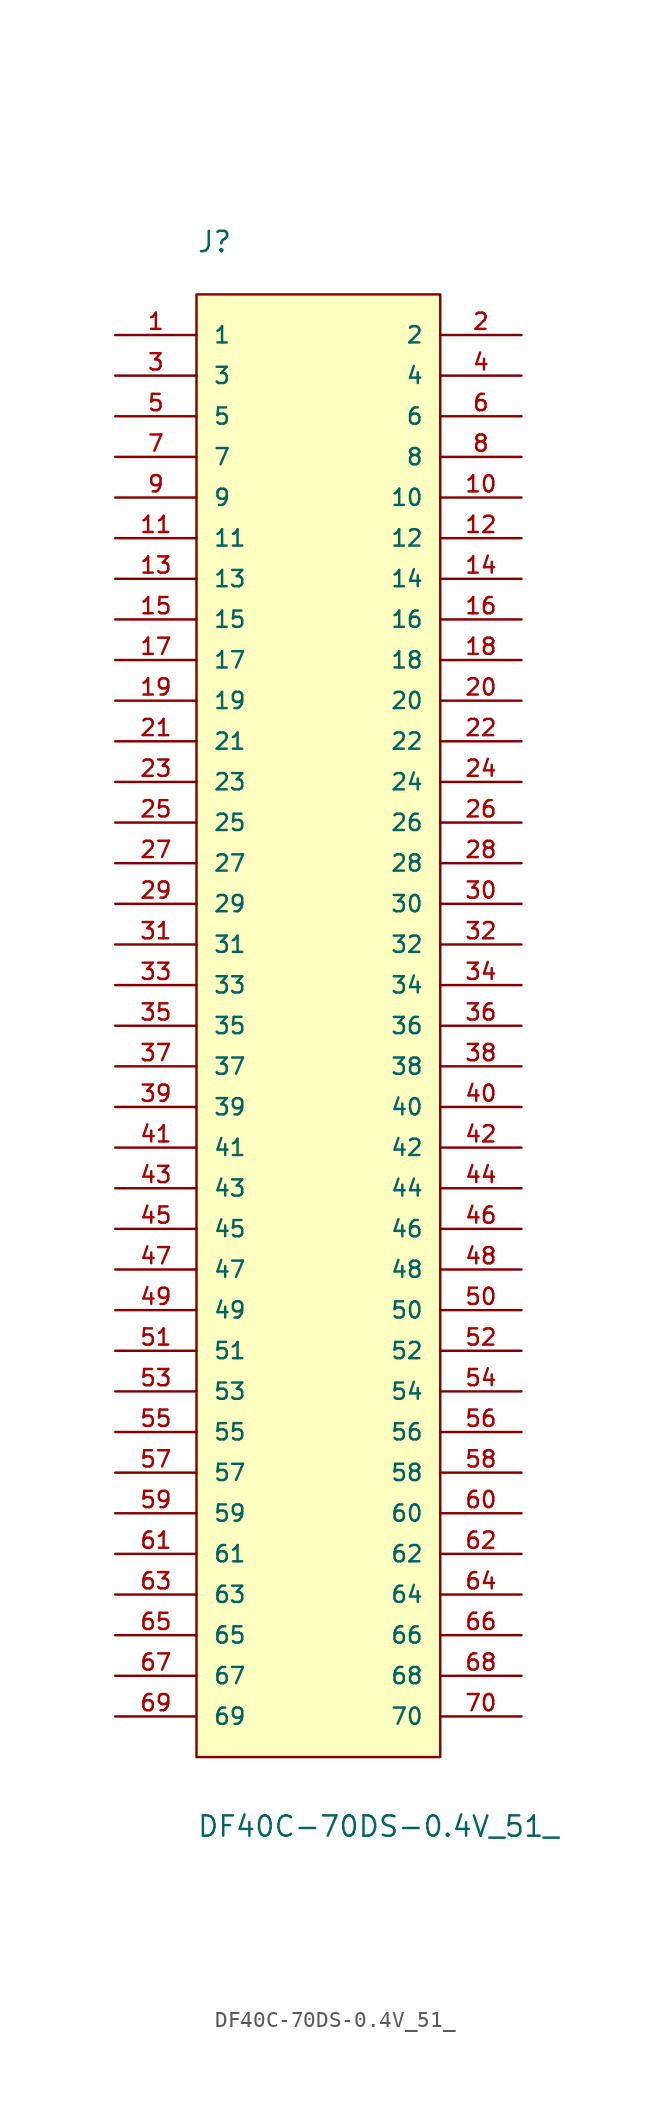
<source format=kicad_sym>
(kicad_symbol_lib
  (version 20211014)
  (generator kicad_symbol_editor)
  (symbol "DF40C-70DS-0.4V_51_"
    (pin_names
      (offset 1.016))
    (property "Reference" "J"
      (at -7.62 48.26 0)
      (effects (font (size 1.27 1.27)) (justify bottom left)))
    (property "Value" "DF40C-70DS-0.4V_51_"
      (at -7.62 -50.8 0)
      (effects (font (size 1.27 1.27)) (justify bottom left)))
    (symbol "DF40C-70DS-0.4V_51__0_0"
      (rectangle (start -7.62 -45.72) (end 7.62 45.72) (stroke (width 0.152)) (fill (type background)))
      (pin passive line (at -12.7 43.18 0) (length 5.08) (name "1" (effects (font (size 1.016 1.016)))) (number "1" (effects (font (size 1.016 1.016)))))
      (pin passive line (at 12.7 43.18 180.0) (length 5.08) (name "2" (effects (font (size 1.016 1.016)))) (number "2" (effects (font (size 1.016 1.016)))))
      (pin passive line (at -12.7 40.64 0) (length 5.08) (name "3" (effects (font (size 1.016 1.016)))) (number "3" (effects (font (size 1.016 1.016)))))
      (pin passive line (at 12.7 40.64 180.0) (length 5.08) (name "4" (effects (font (size 1.016 1.016)))) (number "4" (effects (font (size 1.016 1.016)))))
      (pin passive line (at -12.7 38.1 0) (length 5.08) (name "5" (effects (font (size 1.016 1.016)))) (number "5" (effects (font (size 1.016 1.016)))))
      (pin passive line (at 12.7 38.1 180.0) (length 5.08) (name "6" (effects (font (size 1.016 1.016)))) (number "6" (effects (font (size 1.016 1.016)))))
      (pin passive line (at -12.7 35.56 0) (length 5.08) (name "7" (effects (font (size 1.016 1.016)))) (number "7" (effects (font (size 1.016 1.016)))))
      (pin passive line (at 12.7 35.56 180.0) (length 5.08) (name "8" (effects (font (size 1.016 1.016)))) (number "8" (effects (font (size 1.016 1.016)))))
      (pin passive line (at -12.7 33.02 0) (length 5.08) (name "9" (effects (font (size 1.016 1.016)))) (number "9" (effects (font (size 1.016 1.016)))))
      (pin passive line (at 12.7 33.02 180.0) (length 5.08) (name "10" (effects (font (size 1.016 1.016)))) (number "10" (effects (font (size 1.016 1.016)))))
      (pin passive line (at -12.7 30.48 0) (length 5.08) (name "11" (effects (font (size 1.016 1.016)))) (number "11" (effects (font (size 1.016 1.016)))))
      (pin passive line (at 12.7 30.48 180.0) (length 5.08) (name "12" (effects (font (size 1.016 1.016)))) (number "12" (effects (font (size 1.016 1.016)))))
      (pin passive line (at -12.7 27.94 0) (length 5.08) (name "13" (effects (font (size 1.016 1.016)))) (number "13" (effects (font (size 1.016 1.016)))))
      (pin passive line (at 12.7 27.94 180.0) (length 5.08) (name "14" (effects (font (size 1.016 1.016)))) (number "14" (effects (font (size 1.016 1.016)))))
      (pin passive line (at -12.7 25.4 0) (length 5.08) (name "15" (effects (font (size 1.016 1.016)))) (number "15" (effects (font (size 1.016 1.016)))))
      (pin passive line (at 12.7 25.4 180.0) (length 5.08) (name "16" (effects (font (size 1.016 1.016)))) (number "16" (effects (font (size 1.016 1.016)))))
      (pin passive line (at -12.7 22.86 0) (length 5.08) (name "17" (effects (font (size 1.016 1.016)))) (number "17" (effects (font (size 1.016 1.016)))))
      (pin passive line (at 12.7 22.86 180.0) (length 5.08) (name "18" (effects (font (size 1.016 1.016)))) (number "18" (effects (font (size 1.016 1.016)))))
      (pin passive line (at -12.7 20.32 0) (length 5.08) (name "19" (effects (font (size 1.016 1.016)))) (number "19" (effects (font (size 1.016 1.016)))))
      (pin passive line (at 12.7 20.32 180.0) (length 5.08) (name "20" (effects (font (size 1.016 1.016)))) (number "20" (effects (font (size 1.016 1.016)))))
      (pin passive line (at -12.7 17.78 0) (length 5.08) (name "21" (effects (font (size 1.016 1.016)))) (number "21" (effects (font (size 1.016 1.016)))))
      (pin passive line (at 12.7 17.78 180.0) (length 5.08) (name "22" (effects (font (size 1.016 1.016)))) (number "22" (effects (font (size 1.016 1.016)))))
      (pin passive line (at -12.7 15.24 0) (length 5.08) (name "23" (effects (font (size 1.016 1.016)))) (number "23" (effects (font (size 1.016 1.016)))))
      (pin passive line (at 12.7 15.24 180.0) (length 5.08) (name "24" (effects (font (size 1.016 1.016)))) (number "24" (effects (font (size 1.016 1.016)))))
      (pin passive line (at -12.7 12.7 0) (length 5.08) (name "25" (effects (font (size 1.016 1.016)))) (number "25" (effects (font (size 1.016 1.016)))))
      (pin passive line (at 12.7 12.7 180.0) (length 5.08) (name "26" (effects (font (size 1.016 1.016)))) (number "26" (effects (font (size 1.016 1.016)))))
      (pin passive line (at -12.7 10.16 0) (length 5.08) (name "27" (effects (font (size 1.016 1.016)))) (number "27" (effects (font (size 1.016 1.016)))))
      (pin passive line (at 12.7 10.16 180.0) (length 5.08) (name "28" (effects (font (size 1.016 1.016)))) (number "28" (effects (font (size 1.016 1.016)))))
      (pin passive line (at -12.7 7.62 0) (length 5.08) (name "29" (effects (font (size 1.016 1.016)))) (number "29" (effects (font (size 1.016 1.016)))))
      (pin passive line (at 12.7 7.62 180.0) (length 5.08) (name "30" (effects (font (size 1.016 1.016)))) (number "30" (effects (font (size 1.016 1.016)))))
      (pin passive line (at -12.7 5.08 0) (length 5.08) (name "31" (effects (font (size 1.016 1.016)))) (number "31" (effects (font (size 1.016 1.016)))))
      (pin passive line (at 12.7 5.08 180.0) (length 5.08) (name "32" (effects (font (size 1.016 1.016)))) (number "32" (effects (font (size 1.016 1.016)))))
      (pin passive line (at -12.7 2.54 0) (length 5.08) (name "33" (effects (font (size 1.016 1.016)))) (number "33" (effects (font (size 1.016 1.016)))))
      (pin passive line (at 12.7 2.54 180.0) (length 5.08) (name "34" (effects (font (size 1.016 1.016)))) (number "34" (effects (font (size 1.016 1.016)))))
      (pin passive line (at -12.7 0.0 0) (length 5.08) (name "35" (effects (font (size 1.016 1.016)))) (number "35" (effects (font (size 1.016 1.016)))))
      (pin passive line (at 12.7 0.0 180.0) (length 5.08) (name "36" (effects (font (size 1.016 1.016)))) (number "36" (effects (font (size 1.016 1.016)))))
      (pin passive line (at -12.7 -2.54 0) (length 5.08) (name "37" (effects (font (size 1.016 1.016)))) (number "37" (effects (font (size 1.016 1.016)))))
      (pin passive line (at 12.7 -2.54 180.0) (length 5.08) (name "38" (effects (font (size 1.016 1.016)))) (number "38" (effects (font (size 1.016 1.016)))))
      (pin passive line (at -12.7 -5.08 0) (length 5.08) (name "39" (effects (font (size 1.016 1.016)))) (number "39" (effects (font (size 1.016 1.016)))))
      (pin passive line (at 12.7 -5.08 180.0) (length 5.08) (name "40" (effects (font (size 1.016 1.016)))) (number "40" (effects (font (size 1.016 1.016)))))
      (pin passive line (at -12.7 -7.62 0) (length 5.08) (name "41" (effects (font (size 1.016 1.016)))) (number "41" (effects (font (size 1.016 1.016)))))
      (pin passive line (at 12.7 -7.62 180.0) (length 5.08) (name "42" (effects (font (size 1.016 1.016)))) (number "42" (effects (font (size 1.016 1.016)))))
      (pin passive line (at -12.7 -10.16 0) (length 5.08) (name "43" (effects (font (size 1.016 1.016)))) (number "43" (effects (font (size 1.016 1.016)))))
      (pin passive line (at 12.7 -10.16 180.0) (length 5.08) (name "44" (effects (font (size 1.016 1.016)))) (number "44" (effects (font (size 1.016 1.016)))))
      (pin passive line (at -12.7 -12.7 0) (length 5.08) (name "45" (effects (font (size 1.016 1.016)))) (number "45" (effects (font (size 1.016 1.016)))))
      (pin passive line (at 12.7 -12.7 180.0) (length 5.08) (name "46" (effects (font (size 1.016 1.016)))) (number "46" (effects (font (size 1.016 1.016)))))
      (pin passive line (at -12.7 -15.24 0) (length 5.08) (name "47" (effects (font (size 1.016 1.016)))) (number "47" (effects (font (size 1.016 1.016)))))
      (pin passive line (at 12.7 -15.24 180.0) (length 5.08) (name "48" (effects (font (size 1.016 1.016)))) (number "48" (effects (font (size 1.016 1.016)))))
      (pin passive line (at -12.7 -17.78 0) (length 5.08) (name "49" (effects (font (size 1.016 1.016)))) (number "49" (effects (font (size 1.016 1.016)))))
      (pin passive line (at 12.7 -17.78 180.0) (length 5.08) (name "50" (effects (font (size 1.016 1.016)))) (number "50" (effects (font (size 1.016 1.016)))))
      (pin passive line (at -12.7 -20.32 0) (length 5.08) (name "51" (effects (font (size 1.016 1.016)))) (number "51" (effects (font (size 1.016 1.016)))))
      (pin passive line (at 12.7 -20.32 180.0) (length 5.08) (name "52" (effects (font (size 1.016 1.016)))) (number "52" (effects (font (size 1.016 1.016)))))
      (pin passive line (at -12.7 -22.86 0) (length 5.08) (name "53" (effects (font (size 1.016 1.016)))) (number "53" (effects (font (size 1.016 1.016)))))
      (pin passive line (at 12.7 -22.86 180.0) (length 5.08) (name "54" (effects (font (size 1.016 1.016)))) (number "54" (effects (font (size 1.016 1.016)))))
      (pin passive line (at -12.7 -25.4 0) (length 5.08) (name "55" (effects (font (size 1.016 1.016)))) (number "55" (effects (font (size 1.016 1.016)))))
      (pin passive line (at 12.7 -25.4 180.0) (length 5.08) (name "56" (effects (font (size 1.016 1.016)))) (number "56" (effects (font (size 1.016 1.016)))))
      (pin passive line (at -12.7 -27.94 0) (length 5.08) (name "57" (effects (font (size 1.016 1.016)))) (number "57" (effects (font (size 1.016 1.016)))))
      (pin passive line (at 12.7 -27.94 180.0) (length 5.08) (name "58" (effects (font (size 1.016 1.016)))) (number "58" (effects (font (size 1.016 1.016)))))
      (pin passive line (at -12.7 -30.48 0) (length 5.08) (name "59" (effects (font (size 1.016 1.016)))) (number "59" (effects (font (size 1.016 1.016)))))
      (pin passive line (at 12.7 -30.48 180.0) (length 5.08) (name "60" (effects (font (size 1.016 1.016)))) (number "60" (effects (font (size 1.016 1.016)))))
      (pin passive line (at -12.7 -33.02 0) (length 5.08) (name "61" (effects (font (size 1.016 1.016)))) (number "61" (effects (font (size 1.016 1.016)))))
      (pin passive line (at 12.7 -33.02 180.0) (length 5.08) (name "62" (effects (font (size 1.016 1.016)))) (number "62" (effects (font (size 1.016 1.016)))))
      (pin passive line (at -12.7 -35.56 0) (length 5.08) (name "63" (effects (font (size 1.016 1.016)))) (number "63" (effects (font (size 1.016 1.016)))))
      (pin passive line (at 12.7 -35.56 180.0) (length 5.08) (name "64" (effects (font (size 1.016 1.016)))) (number "64" (effects (font (size 1.016 1.016)))))
      (pin passive line (at -12.7 -38.1 0) (length 5.08) (name "65" (effects (font (size 1.016 1.016)))) (number "65" (effects (font (size 1.016 1.016)))))
      (pin passive line (at 12.7 -38.1 180.0) (length 5.08) (name "66" (effects (font (size 1.016 1.016)))) (number "66" (effects (font (size 1.016 1.016)))))
      (pin passive line (at -12.7 -40.64 0) (length 5.08) (name "67" (effects (font (size 1.016 1.016)))) (number "67" (effects (font (size 1.016 1.016)))))
      (pin passive line (at 12.7 -40.64 180.0) (length 5.08) (name "68" (effects (font (size 1.016 1.016)))) (number "68" (effects (font (size 1.016 1.016)))))
      (pin passive line (at -12.7 -43.18 0) (length 5.08) (name "69" (effects (font (size 1.016 1.016)))) (number "69" (effects (font (size 1.016 1.016)))))
      (pin passive line (at 12.7 -43.18 180.0) (length 5.08) (name "70" (effects (font (size 1.016 1.016)))) (number "70" (effects (font (size 1.016 1.016))))))))
</source>
